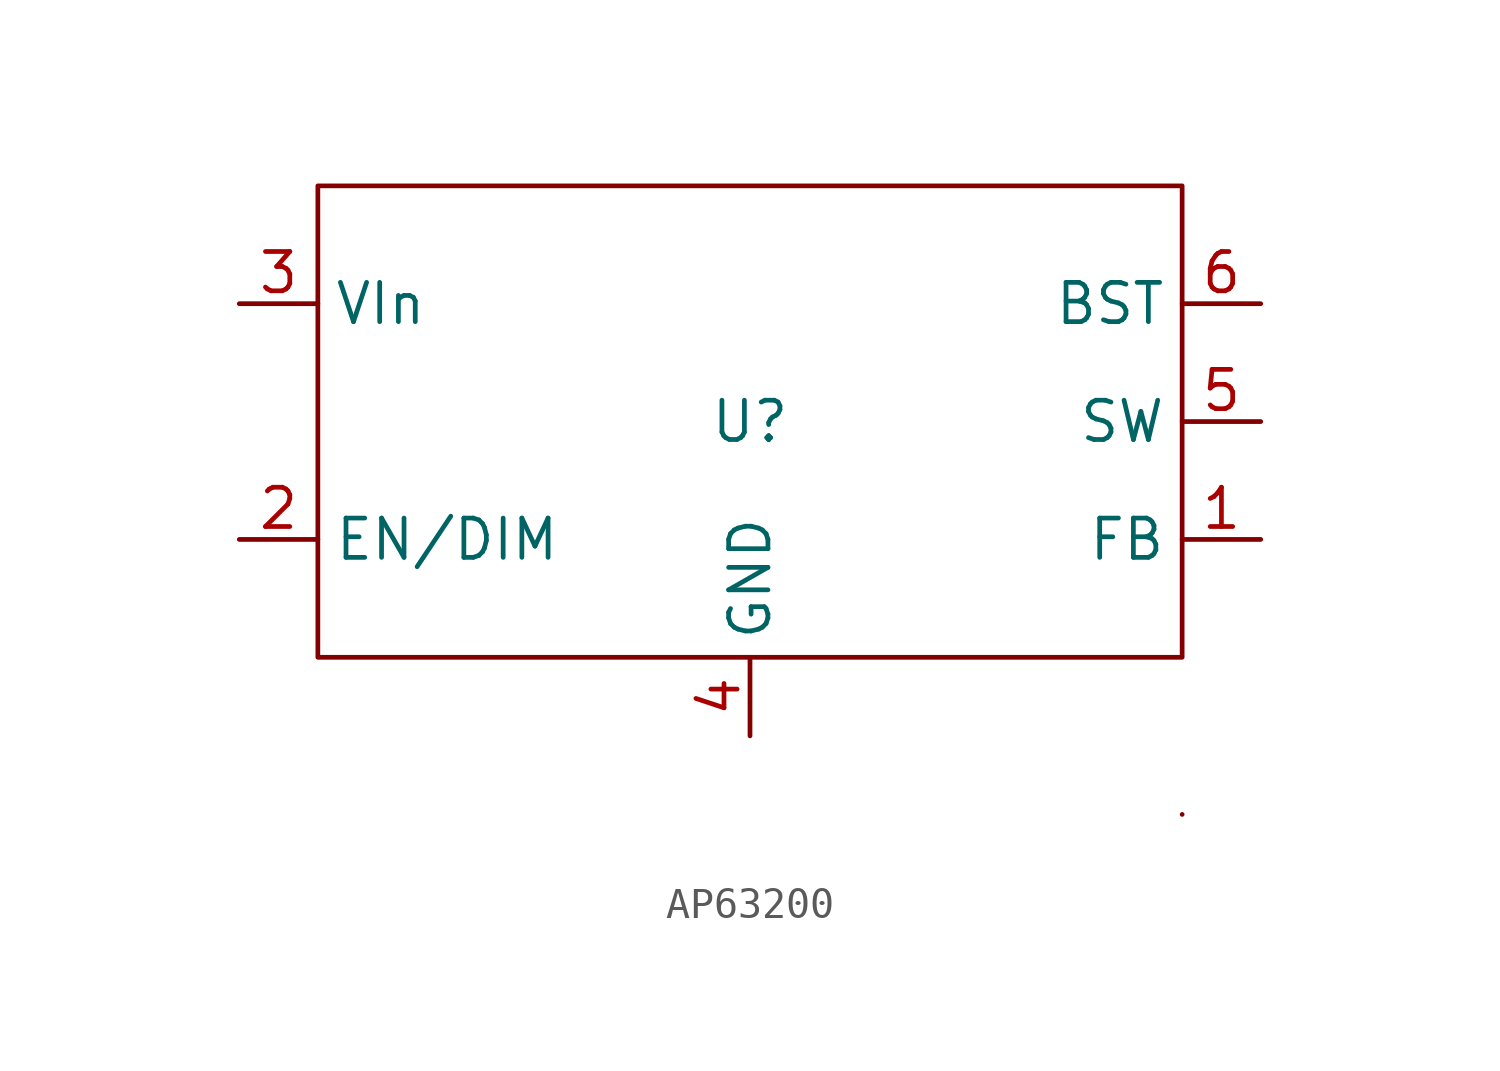
<source format=kicad_sym>
(kicad_symbol_lib
  (version 20241209)
  (generator "kicad_symbol_editor")
  (generator_version "9.0")
  (symbol "AP63200"
    (property "Reference" "U"
      (at 0 0 0)
      (effects (font (size 1.27 1.27))))
    (property "Value" ""
      (at 0 0 0)
      (effects (font (size 1.27 1.27))))
    (symbol "AP63200_0_1"
      (rectangle (start -13.97 7.62) (end 13.97 -7.62) (stroke (width 0) (type default)) (fill (type none)))
      (rectangle (start 13.97 -12.7) (end 13.97 -12.7) (stroke (width 0) (type default)) (fill (type none))))
    (symbol "AP63200_1_1"
      (pin power_in line (at -16.51 3.81 0) (length 2.54) (name "VIn" (effects (font (size 1.27 1.27)))) (number "3" (effects (font (size 1.27 1.27)))))
      (pin input line (at -16.51 -3.81 0) (length 2.54) (name "EN/DIM" (effects (font (size 1.27 1.27)))) (number "2" (effects (font (size 1.27 1.27)))))
      (pin power_in line (at 0 -10.16 90) (length 2.54) (name "GND" (effects (font (size 1.27 1.27)))) (number "4" (effects (font (size 1.27 1.27)))))
      (pin input line (at 16.51 3.81 180) (length 2.54) (name "BST" (effects (font (size 1.27 1.27)))) (number "6" (effects (font (size 1.27 1.27)))))
      (pin power_out line (at 16.51 0 180) (length 2.54) (name "SW" (effects (font (size 1.27 1.27)))) (number "5" (effects (font (size 1.27 1.27)))))
      (pin input line (at 16.51 -3.81 180) (length 2.54) (name "FB" (effects (font (size 1.27 1.27)))) (number "1" (effects (font (size 1.27 1.27))))))))
</source>
